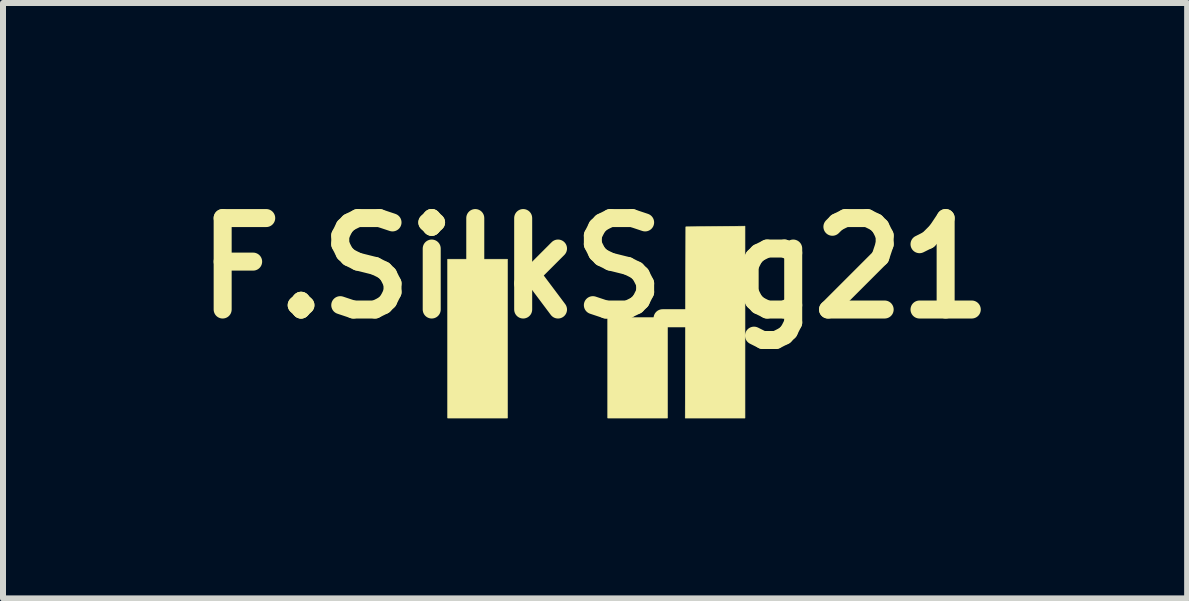
<source format=kicad_pcb>
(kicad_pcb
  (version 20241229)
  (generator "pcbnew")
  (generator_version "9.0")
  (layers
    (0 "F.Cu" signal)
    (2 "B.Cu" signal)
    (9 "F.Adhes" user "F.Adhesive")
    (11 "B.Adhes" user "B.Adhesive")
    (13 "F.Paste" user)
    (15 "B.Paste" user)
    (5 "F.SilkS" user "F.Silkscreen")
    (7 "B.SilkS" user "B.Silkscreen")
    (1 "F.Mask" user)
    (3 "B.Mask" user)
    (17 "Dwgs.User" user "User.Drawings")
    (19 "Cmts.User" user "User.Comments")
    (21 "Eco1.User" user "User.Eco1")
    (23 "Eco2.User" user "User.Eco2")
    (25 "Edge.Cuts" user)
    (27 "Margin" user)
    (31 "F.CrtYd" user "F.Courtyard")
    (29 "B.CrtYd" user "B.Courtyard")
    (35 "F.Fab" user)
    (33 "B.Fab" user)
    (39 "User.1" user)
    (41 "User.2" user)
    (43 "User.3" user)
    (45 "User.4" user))
  (footprint "F.SilkS_g21"
    (layer "F.Cu")
    (at 6.865 1.418)
    (property "Reference" "F.SilkS_g21" (at 0 0 0) (layer "F.SilkS") (effects (font (size 1.524 1.524) (thickness 0.3))))
    (attr through_hole)
    (fp_poly (pts (xy -1.46 2.498) (xy -2.455 2.498) (xy -2.455 -0.148) (xy -1.46 -0.148) (xy -1.46 2.498)) (stroke (width 0.01) (type solid)) (fill yes) (layer "F.SilkS"))
    (fp_poly (pts (xy 1.206 2.498) (xy 0.212 2.498) (xy 0.212 0.826) (xy 1.206 0.826) (xy 1.206 2.498)) (stroke (width 0.01) (type solid)) (fill yes) (layer "F.SilkS"))
    (fp_poly (pts (xy 2.498 2.498) (xy 1.503 2.498) (xy 1.508 0.905) (xy 1.513 -0.688) (xy 2.498 -0.699) (xy 2.498 2.498)) (stroke (width 0.01) (type solid)) (fill yes) (layer "F.SilkS")))
  (gr_rect
    (start -3 -3)
    (end 16.731 6.921)
    (stroke (width 0.1) (type default))
    (fill no)
    (layer "Edge.Cuts")))
</source>
